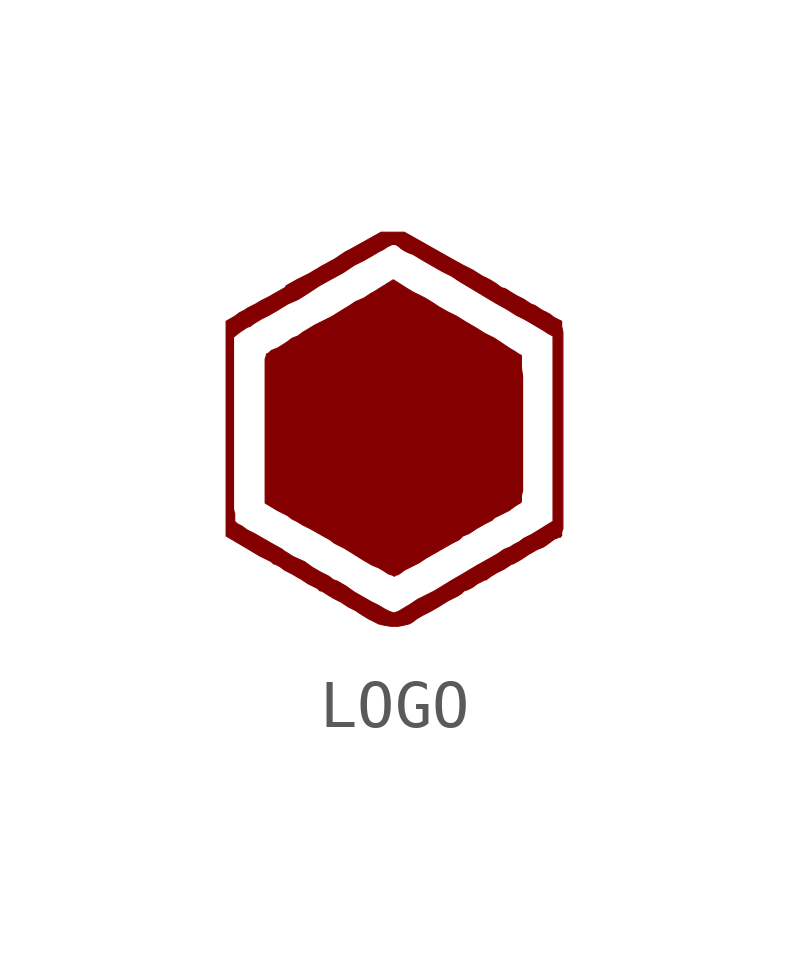
<source format=kicad_sym>
(kicad_symbol_lib
  (version 20220914)
  (generator kicad_symbol_editor)
  (symbol "LOGO"
    (pin_names
      (offset 1.016))
    (property "Reference" "#G"
      (at 0 -3.327 0)
      (effects (font (size 1.524 1.524)) hide))
    (symbol "LOGO_0_0"
      (polyline (pts (xy 0.051 -3.048) (xy 0.076 -3.048) (xy 0.127 -3.023) (xy 0.229 -2.946) (xy 0.533 -2.794) (xy 0.686 -2.692) (xy 1.219 -2.388) (xy 1.372 -2.311) (xy 1.448 -2.235) (xy 1.575 -2.184) (xy 1.727 -2.083) (xy 1.905 -1.981) (xy 2.057 -1.905) (xy 2.108 -1.854) (xy 2.413 -1.702) (xy 2.515 -1.626) (xy 2.591 -1.575) (xy 2.642 -1.549) (xy 2.667 -1.524) (xy 2.667 -1.397) (xy 2.692 -1.295) (xy 2.692 1.092) (xy 2.667 1.27) (xy 2.667 1.524) (xy 2.616 1.549) (xy 2.54 1.6) (xy 2.413 1.676) (xy 2.108 1.88) (xy 1.905 1.981) (xy 1.702 2.108) (xy 1.524 2.21) (xy 1.321 2.337) (xy 1.118 2.438) (xy 0.94 2.54) (xy 0.787 2.642) (xy 0.66 2.718) (xy 0.406 2.845) (xy 0.279 2.921) (xy 0 3.099) (xy -0.406 2.845) (xy -0.457 2.819) (xy -0.61 2.718) (xy -0.787 2.642) (xy -0.94 2.54) (xy -1.067 2.464) (xy -1.27 2.337) (xy -1.626 2.159) (xy -1.88 2.007) (xy -1.981 1.93) (xy -2.108 1.88) (xy -2.21 1.803) (xy -2.286 1.753) (xy -2.413 1.676) (xy -2.54 1.626) (xy -2.591 1.575) (xy -2.642 1.549) (xy -2.642 1.524) (xy -2.667 1.448) (xy -2.667 -1.549) (xy -2.413 -1.702) (xy -2.21 -1.803) (xy -2.108 -1.88) (xy -2.007 -1.93) (xy -1.88 -2.007) (xy -1.727 -2.083) (xy -1.549 -2.184) (xy -1.321 -2.311) (xy -1.219 -2.388) (xy -1.016 -2.489) (xy -0.61 -2.743) (xy -0.432 -2.845) (xy -0.305 -2.896) (xy -0.178 -2.972) (xy -0.102 -3.023) (xy -0.025 -3.048) (xy 0.025 -3.073) (xy 0.051 -3.048)) (stroke (width 0.025) (type solid)) (fill (type outline)))
      (polyline (pts (xy 0.229 -4.089) (xy 0.33 -4.064) (xy 0.381 -4.039) (xy 0.483 -3.962) (xy 0.61 -3.886) (xy 0.762 -3.81) (xy 0.94 -3.708) (xy 1.143 -3.581) (xy 1.346 -3.48) (xy 1.422 -3.429) (xy 1.473 -3.378) (xy 1.549 -3.353) (xy 1.651 -3.302) (xy 1.753 -3.226) (xy 1.905 -3.15) (xy 1.93 -3.15) (xy 2.032 -3.073) (xy 2.159 -2.997) (xy 2.311 -2.921) (xy 2.464 -2.819) (xy 2.489 -2.819) (xy 2.667 -2.718) (xy 2.819 -2.616) (xy 2.997 -2.515) (xy 3.124 -2.464) (xy 3.2 -2.413) (xy 3.302 -2.337) (xy 3.378 -2.286) (xy 3.404 -2.286) (xy 3.429 -2.261) (xy 3.48 -2.261) (xy 3.48 -2.235) (xy 3.505 -2.235) (xy 3.505 -2.159) (xy 3.531 -2.083) (xy 3.531 2.007) (xy 3.505 2.134) (xy 3.505 2.235) (xy 3.353 2.311) (xy 3.251 2.388) (xy 3.099 2.464) (xy 2.946 2.565) (xy 2.87 2.591) (xy 2.718 2.692) (xy 2.565 2.769) (xy 2.438 2.845) (xy 2.362 2.896) (xy 2.311 2.921) (xy 2.286 2.921) (xy 2.235 2.946) (xy 2.134 3.023) (xy 2.007 3.099) (xy 1.854 3.175) (xy 1.651 3.302) (xy 1.448 3.404) (xy 1.219 3.531) (xy 0.229 4.089) (xy -0.254 4.089) (xy -0.889 3.734) (xy -0.991 3.683) (xy -1.219 3.531) (xy -1.499 3.378) (xy -1.753 3.226) (xy -2.007 3.099) (xy -2.235 2.972) (xy -2.235 2.946) (xy -2.591 2.743) (xy -2.743 2.667) (xy -2.87 2.591) (xy -3.023 2.515) (xy -3.099 2.464) (xy -3.2 2.413) (xy -3.302 2.337) (xy -3.48 2.235) (xy -3.48 -1.676) (xy -3.327 -1.676) (xy -3.327 1.905) (xy -3.2 2.007) (xy -3.048 2.108) (xy -2.972 2.134) (xy -2.946 2.159) (xy -2.87 2.21) (xy -2.743 2.286) (xy -2.591 2.362) (xy -2.413 2.464) (xy -2.21 2.591) (xy -1.981 2.692) (xy -1.778 2.819) (xy -1.549 2.972) (xy -1.321 3.099) (xy -1.041 3.251) (xy -0.813 3.404) (xy -0.61 3.505) (xy -0.432 3.607) (xy -0.305 3.683) (xy -0.203 3.734) (xy -0.127 3.785) (xy -0.025 3.835) (xy 0.051 3.835) (xy 0.127 3.785) (xy 0.152 3.759) (xy 0.229 3.708) (xy 0.33 3.658) (xy 0.406 3.632) (xy 0.66 3.48) (xy 1.016 3.277) (xy 1.219 3.175) (xy 1.372 3.073) (xy 2.134 2.616) (xy 2.362 2.489) (xy 2.565 2.362) (xy 2.718 2.286) (xy 2.896 2.184) (xy 3.15 2.032) (xy 3.226 1.981) (xy 3.327 1.93) (xy 3.327 -1.93) (xy 2.997 -2.134) (xy 2.87 -2.21) (xy 2.718 -2.286) (xy 2.616 -2.362) (xy 2.515 -2.413) (xy 2.438 -2.464) (xy 2.311 -2.515) (xy 2.159 -2.616) (xy 1.981 -2.718) (xy 1.753 -2.845) (xy 1.499 -2.997) (xy 1.194 -3.175) (xy 0.864 -3.378) (xy 0.508 -3.556) (xy 0.356 -3.658) (xy 0.102 -3.81) (xy 0.025 -3.835) (xy 0 -3.861) (xy 0 -3.835) (xy -0.076 -3.81) (xy -0.178 -3.759) (xy -0.305 -3.683) (xy -0.457 -3.607) (xy -0.813 -3.404) (xy -0.991 -3.277) (xy -1.168 -3.175) (xy -1.245 -3.15) (xy -1.346 -3.073) (xy -1.499 -2.997) (xy -1.676 -2.896) (xy -1.854 -2.769) (xy -2.083 -2.667) (xy -2.286 -2.54) (xy -2.311 -2.515) (xy -2.54 -2.388) (xy -2.896 -2.184) (xy -3.048 -2.108) (xy -3.15 -2.032) (xy -3.251 -1.981) (xy -3.302 -1.93) (xy -3.302 -1.778) (xy -3.327 -1.676) (xy -3.48 -1.676) (xy -3.48 -2.235) (xy -3.048 -2.489) (xy -2.794 -2.642) (xy -2.54 -2.769) (xy -2.489 -2.819) (xy -2.464 -2.819) (xy -2.362 -2.87) (xy -2.261 -2.946) (xy -2.108 -3.023) (xy -1.981 -3.099) (xy -1.93 -3.124) (xy -1.778 -3.226) (xy -1.575 -3.327) (xy -1.524 -3.378) (xy -1.499 -3.378) (xy -1.448 -3.404) (xy -1.372 -3.454) (xy -1.245 -3.531) (xy -1.092 -3.607) (xy -0.94 -3.708) (xy -0.787 -3.785) (xy -0.635 -3.886) (xy -0.508 -3.962) (xy -0.305 -4.064) (xy -0.203 -4.089) (xy -0.051 -4.115) (xy 0.102 -4.115) (xy 0.229 -4.089)) (stroke (width 0.025) (type solid)) (fill (type outline))))))
</source>
